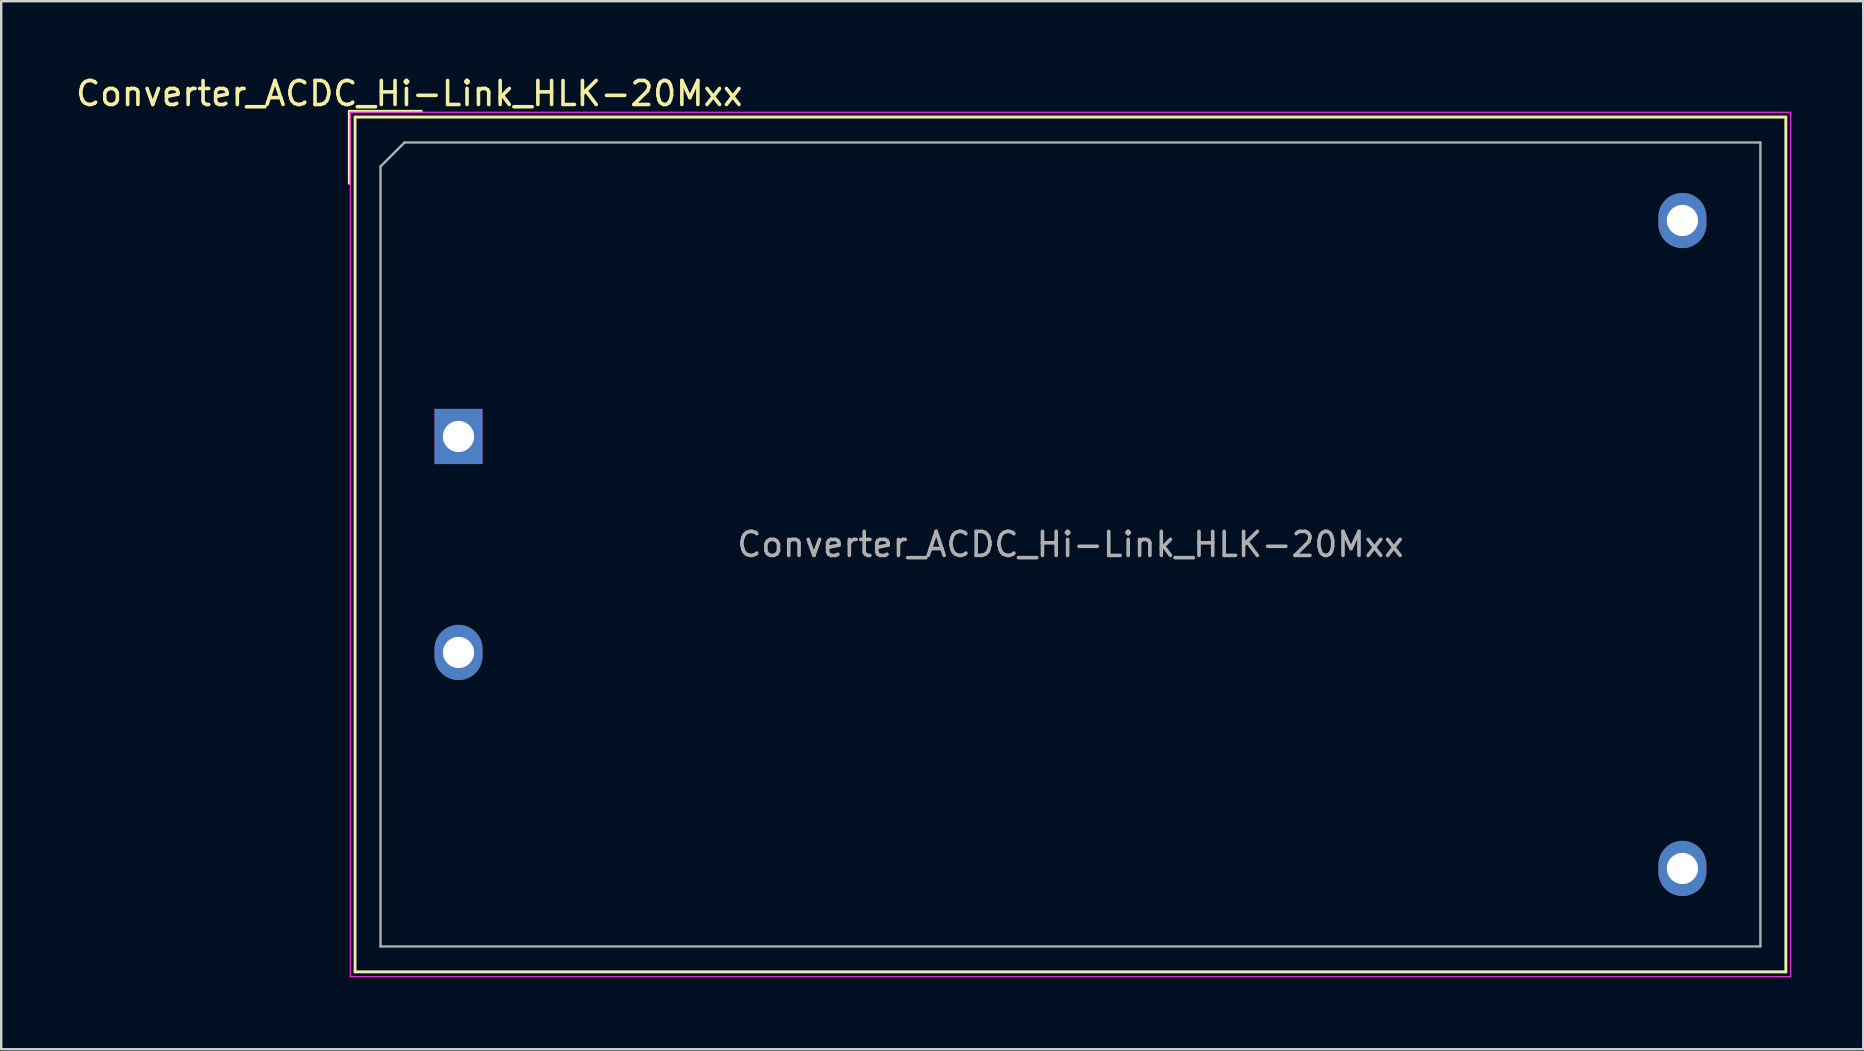
<source format=kicad_pcb>
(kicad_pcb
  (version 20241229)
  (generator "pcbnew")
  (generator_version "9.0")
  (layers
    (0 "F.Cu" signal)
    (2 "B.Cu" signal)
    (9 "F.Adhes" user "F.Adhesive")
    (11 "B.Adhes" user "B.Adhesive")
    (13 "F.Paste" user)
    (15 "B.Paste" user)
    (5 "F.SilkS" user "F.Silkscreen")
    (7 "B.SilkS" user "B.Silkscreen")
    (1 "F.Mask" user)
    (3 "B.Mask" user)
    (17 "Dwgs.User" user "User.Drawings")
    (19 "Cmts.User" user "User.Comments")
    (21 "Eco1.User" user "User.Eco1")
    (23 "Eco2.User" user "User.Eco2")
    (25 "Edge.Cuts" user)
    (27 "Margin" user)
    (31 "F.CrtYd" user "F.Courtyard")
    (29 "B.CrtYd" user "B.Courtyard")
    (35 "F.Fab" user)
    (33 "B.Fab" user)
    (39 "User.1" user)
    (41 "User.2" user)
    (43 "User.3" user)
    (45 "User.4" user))
  (footprint "Converter_ACDC_Hi-Link_HLK-20Mxx"
    (layer "F.Cu")
    (at 16.056 15.138)
    (property "Reference" "Converter_ACDC_Hi-Link_HLK-20Mxx" (at -2.05 -14.29 0) (layer "F.SilkS") (effects (font (size 1 1) (thickness 0.15))))
    (attr through_hole)
    (fp_line (start -4.55 -13.55) (end -1.55 -13.55) (stroke (width 0.12) (type solid)) (layer "F.SilkS"))
    (fp_line (start -4.55 -10.55) (end -4.55 -13.55) (stroke (width 0.12) (type solid)) (layer "F.SilkS"))
    (fp_line (start -4.31 -13.31) (end -4.31 22.31) (stroke (width 0.12) (type solid)) (layer "F.SilkS"))
    (fp_line (start -4.31 -13.31) (end 55.31 -13.31) (stroke (width 0.12) (type solid)) (layer "F.SilkS"))
    (fp_line (start -4.31 22.31) (end 55.31 22.31) (stroke (width 0.12) (type solid)) (layer "F.SilkS"))
    (fp_line (start 55.31 -13.31) (end 55.31 22.31) (stroke (width 0.12) (type solid)) (layer "F.SilkS"))
    (fp_line (start -4.51 -13.51) (end -4.51 22.51) (stroke (width 0.05) (type solid)) (layer "F.CrtYd"))
    (fp_line (start -4.51 22.51) (end 55.51 22.51) (stroke (width 0.05) (type solid)) (layer "F.CrtYd"))
    (fp_line (start 55.51 -13.51) (end -4.51 -13.51) (stroke (width 0.05) (type solid)) (layer "F.CrtYd"))
    (fp_line (start 55.51 22.51) (end 55.51 -13.51) (stroke (width 0.05) (type solid)) (layer "F.CrtYd"))
    (fp_line (start -3.25 -11.25) (end -2.25 -12.25) (stroke (width 0.1) (type solid)) (layer "F.Fab"))
    (fp_line (start -3.25 21.25) (end -3.25 -11.25) (stroke (width 0.1) (type solid)) (layer "F.Fab"))
    (fp_line (start -2.25 -12.25) (end 54.25 -12.25) (stroke (width 0.1) (type solid)) (layer "F.Fab"))
    (fp_line (start 54.25 -12.25) (end 54.25 21.25) (stroke (width 0.1) (type solid)) (layer "F.Fab"))
    (fp_line (start 54.25 21.25) (end -3.25 21.25) (stroke (width 0.1) (type solid)) (layer "F.Fab"))
    (fp_text user "${REFERENCE}" (at 25.5 4.5 0) (layer "F.Fab") (effects (font (size 1 1) (thickness 0.15))))
    (pad "1" thru_hole rect (at 0 0) (size 2 2.3) (drill 1.3) (layers "*.Cu" "*.Mask"))
    (pad "2" thru_hole oval (at 0 9) (size 2 2.3) (drill 1.3) (layers "*.Cu" "*.Mask"))
    (pad "3" thru_hole oval (at 51 -9) (size 2 2.3) (drill 1.3) (layers "*.Cu" "*.Mask"))
    (pad "4" thru_hole oval (at 51 18) (size 2 2.3) (drill 1.3) (layers "*.Cu" "*.Mask")))
  (gr_rect
    (start -3 -3)
    (end 74.591 40.673)
    (stroke (width 0.1) (type default))
    (fill no)
    (layer "Edge.Cuts")))
</source>
